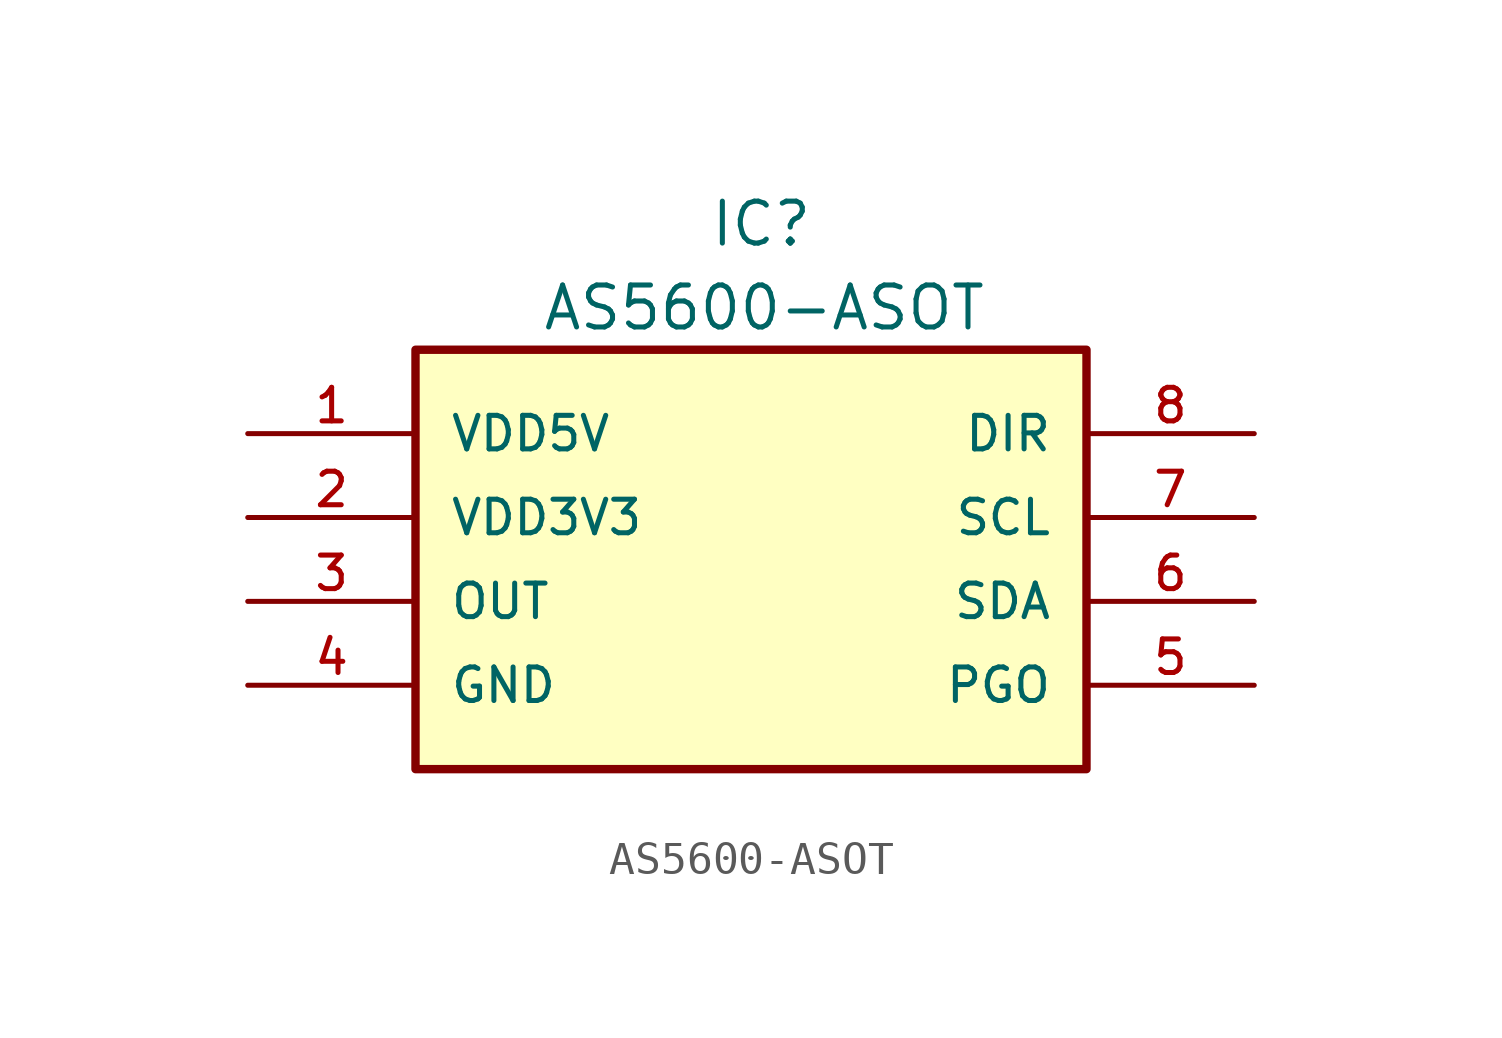
<source format=kicad_sym>
(kicad_symbol_lib
  (version 20220914)
  (generator kicad_symbol_editor)
  (symbol "AS5600-ASOT"
    (pin_names
      (offset 1.016))
    (property "Reference" "IC"
      (at 13.97 6.35 0)
      (effects (font (size 1.27 1.27)) (justify left)))
    (property "Value" "AS5600-ASOT"
      (at 8.89 3.81 0)
      (effects (font (size 1.27 1.27)) (justify left)))
    (symbol "AS5600-ASOT_0_0"
      (rectangle (start 5.08 -10.16) (end 25.4 2.54) (stroke (width 0.254) (type default)) (fill (type background)))
      (pin bidirectional line (at 0 0 0) (length 5.08) (name "VDD5V" (effects (font (size 1.016 1.016)))) (number "1" (effects (font (size 1.016 1.016)))))
      (pin bidirectional line (at 0 -2.54 0) (length 5.08) (name "VDD3V3" (effects (font (size 1.016 1.016)))) (number "2" (effects (font (size 1.016 1.016)))))
      (pin bidirectional line (at 0 -5.08 0) (length 5.08) (name "OUT" (effects (font (size 1.016 1.016)))) (number "3" (effects (font (size 1.016 1.016)))))
      (pin bidirectional line (at 0 -7.62 0) (length 5.08) (name "GND" (effects (font (size 1.016 1.016)))) (number "4" (effects (font (size 1.016 1.016)))))
      (pin bidirectional line (at 30.48 -7.62 180) (length 5.08) (name "PGO" (effects (font (size 1.016 1.016)))) (number "5" (effects (font (size 1.016 1.016)))))
      (pin bidirectional line (at 30.48 -5.08 180) (length 5.08) (name "SDA" (effects (font (size 1.016 1.016)))) (number "6" (effects (font (size 1.016 1.016)))))
      (pin bidirectional line (at 30.48 -2.54 180) (length 5.08) (name "SCL" (effects (font (size 1.016 1.016)))) (number "7" (effects (font (size 1.016 1.016)))))
      (pin bidirectional line (at 30.48 0 180) (length 5.08) (name "DIR" (effects (font (size 1.016 1.016)))) (number "8" (effects (font (size 1.016 1.016))))))))
</source>
